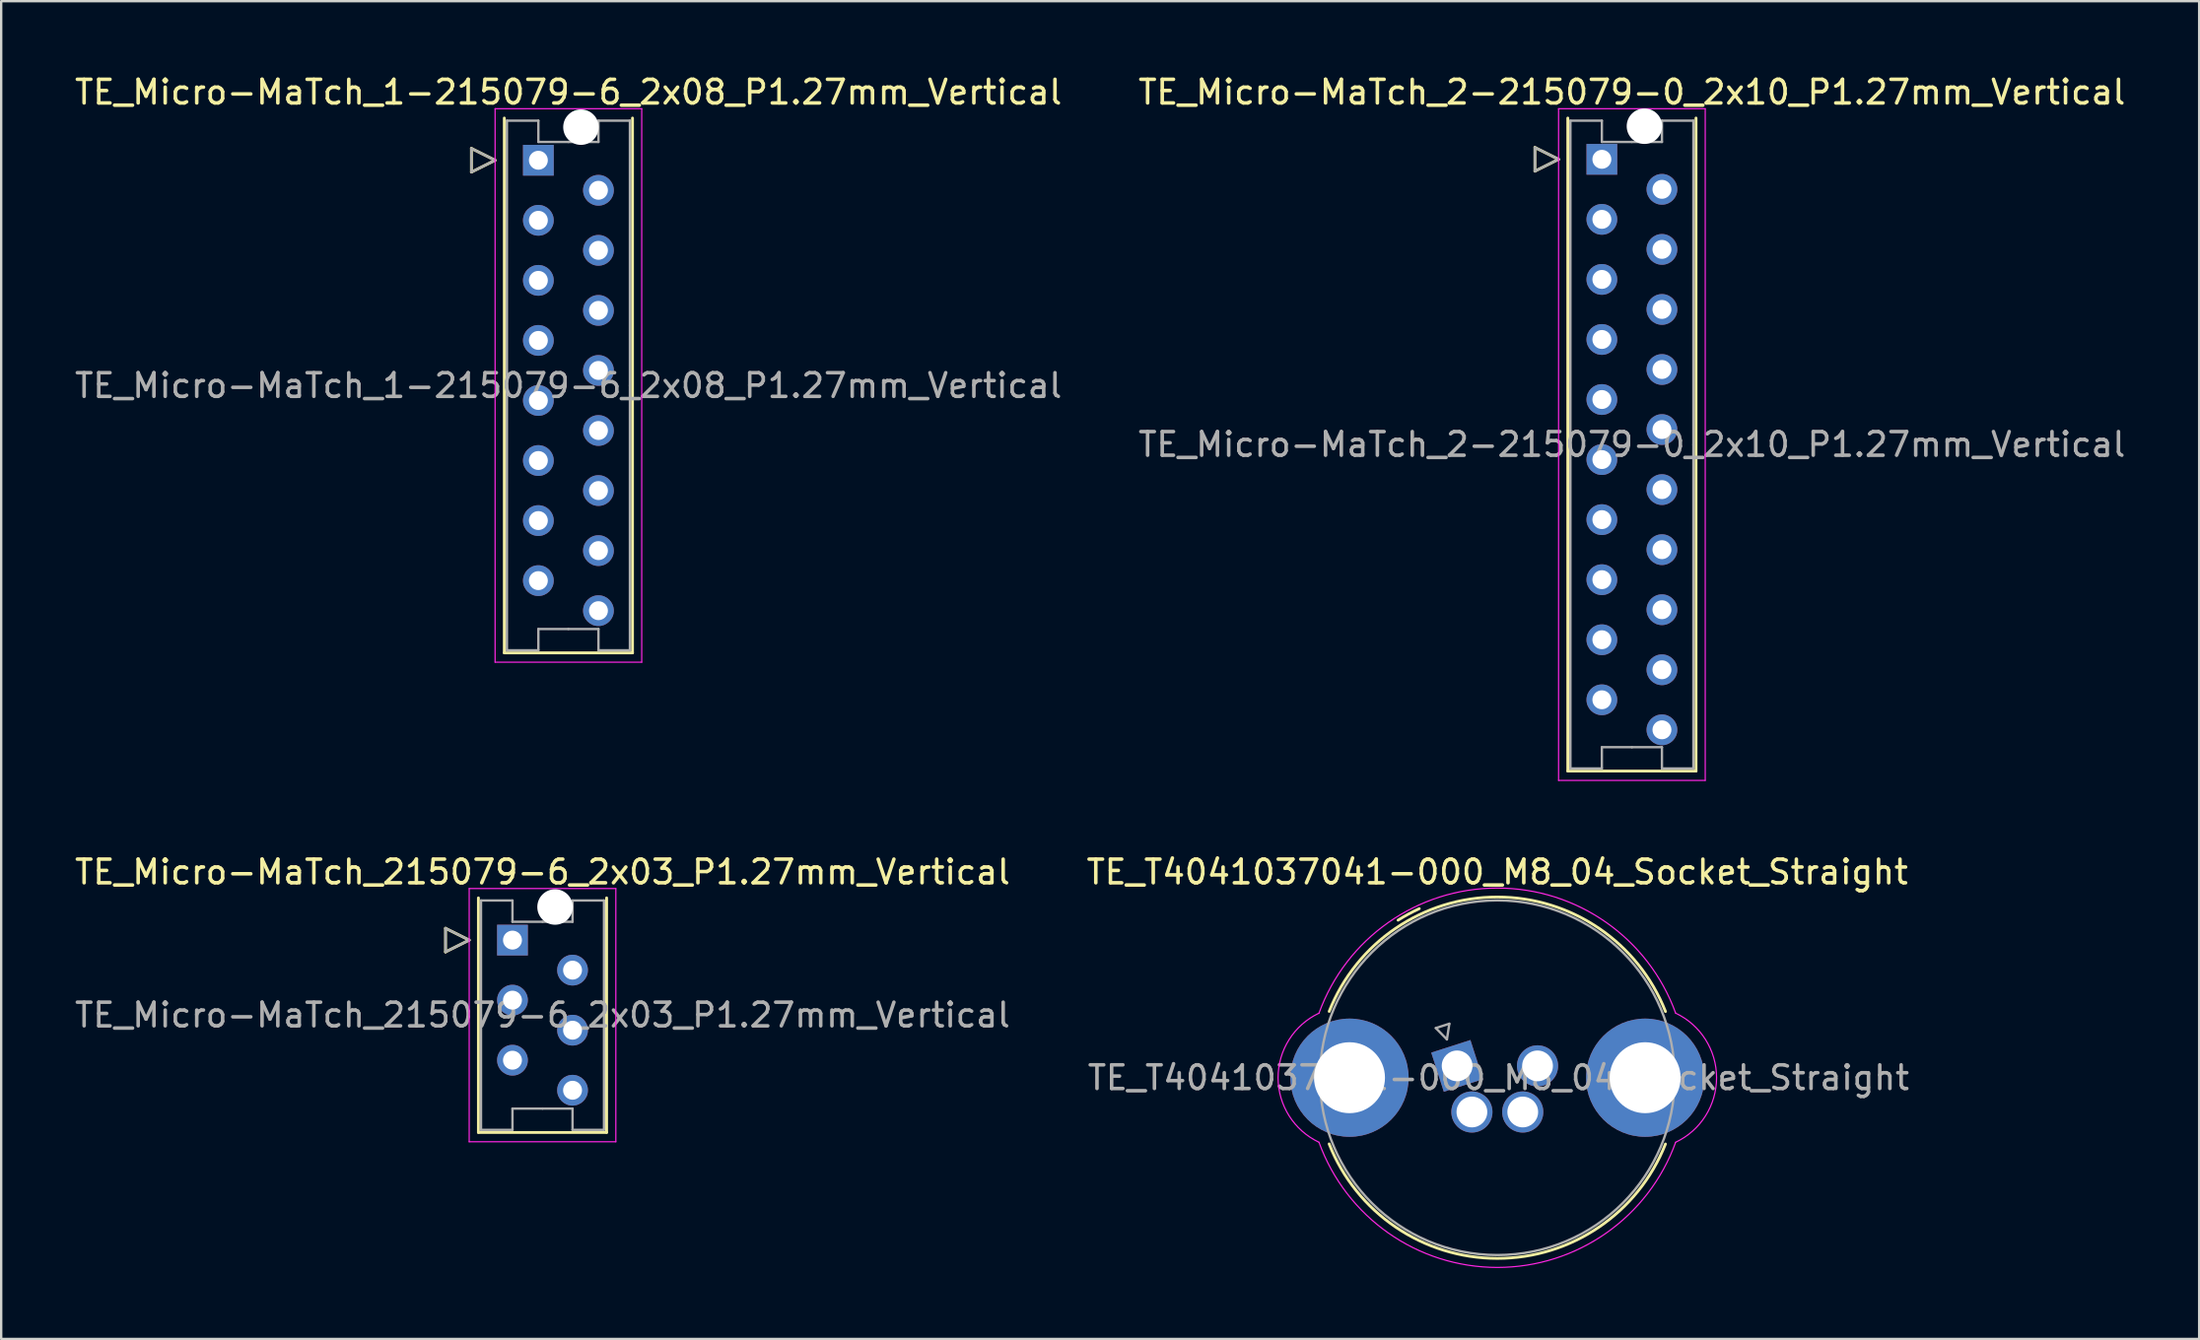
<source format=kicad_pcb>
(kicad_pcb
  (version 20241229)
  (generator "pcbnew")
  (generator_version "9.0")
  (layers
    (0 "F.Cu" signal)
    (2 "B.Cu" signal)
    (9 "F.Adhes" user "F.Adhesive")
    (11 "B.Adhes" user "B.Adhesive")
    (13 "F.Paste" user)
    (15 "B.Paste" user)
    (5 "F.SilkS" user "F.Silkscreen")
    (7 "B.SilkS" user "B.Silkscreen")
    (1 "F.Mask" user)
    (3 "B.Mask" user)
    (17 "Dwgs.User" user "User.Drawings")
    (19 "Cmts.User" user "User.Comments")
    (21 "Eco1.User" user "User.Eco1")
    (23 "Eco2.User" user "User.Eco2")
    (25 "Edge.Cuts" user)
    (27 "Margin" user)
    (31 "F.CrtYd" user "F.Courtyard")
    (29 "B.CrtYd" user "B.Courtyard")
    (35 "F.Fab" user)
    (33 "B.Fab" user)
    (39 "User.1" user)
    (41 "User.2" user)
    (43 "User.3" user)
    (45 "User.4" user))
  (footprint "TE_Micro-MaTch_215079-6_2x03_P1.27mm_Vertical"
    (layer "F.Cu")
    (at 18.617 36.712)
    (property "Reference" "TE_Micro-MaTch_215079-6_2x03_P1.27mm_Vertical" (at 1.27 -2.88 0) (layer "F.SilkS") (effects (font (size 1 1) (thickness 0.15))))
    (attr through_hole)
    (fp_line (start -2.83 -0.5) (end -1.83 0) (stroke (width 0.12) (type solid)) (layer "F.SilkS"))
    (fp_line (start -2.83 0.5) (end -2.83 -0.5) (stroke (width 0.12) (type solid)) (layer "F.SilkS"))
    (fp_line (start -1.83 0) (end -2.83 0.5) (stroke (width 0.12) (type solid)) (layer "F.SilkS"))
    (fp_line (start -1.44 -1.785) (end -1.44 8.135) (stroke (width 0.12) (type solid)) (layer "F.SilkS"))
    (fp_line (start -1.44 8.135) (end 3.98 8.135) (stroke (width 0.12) (type solid)) (layer "F.SilkS"))
    (fp_line (start 3.98 8.135) (end 3.98 -1.785) (stroke (width 0.12) (type solid)) (layer "F.SilkS"))
    (fp_line (start -1.83 -2.18) (end -1.83 8.53) (stroke (width 0.05) (type solid)) (layer "F.CrtYd"))
    (fp_line (start -1.83 8.53) (end 4.37 8.53) (stroke (width 0.05) (type solid)) (layer "F.CrtYd"))
    (fp_line (start 4.37 -2.18) (end -1.83 -2.18) (stroke (width 0.05) (type solid)) (layer "F.CrtYd"))
    (fp_line (start 4.37 8.53) (end 4.37 -2.18) (stroke (width 0.05) (type solid)) (layer "F.CrtYd"))
    (fp_line (start -2.83 -0.5) (end -1.83 0) (stroke (width 0.1) (type solid)) (layer "F.Fab"))
    (fp_line (start -2.83 0.5) (end -2.83 -0.5) (stroke (width 0.1) (type solid)) (layer "F.Fab"))
    (fp_line (start -1.83 0) (end -2.83 0.5) (stroke (width 0.1) (type solid)) (layer "F.Fab"))
    (fp_line (start -1.33 -1.675) (end -1.33 3.175) (stroke (width 0.1) (type solid)) (layer "F.Fab"))
    (fp_line (start -1.33 8.025) (end -1.33 3.175) (stroke (width 0.1) (type solid)) (layer "F.Fab"))
    (fp_line (start 0 -1.675) (end -1.33 -1.675) (stroke (width 0.1) (type solid)) (layer "F.Fab"))
    (fp_line (start 0 -0.775) (end 0 -1.675) (stroke (width 0.1) (type solid)) (layer "F.Fab"))
    (fp_line (start 0 7.125) (end 0 8.025) (stroke (width 0.1) (type solid)) (layer "F.Fab"))
    (fp_line (start 0 8.025) (end -1.33 8.025) (stroke (width 0.1) (type solid)) (layer "F.Fab"))
    (fp_line (start 1.27 -0.775) (end 0 -0.775) (stroke (width 0.1) (type solid)) (layer "F.Fab"))
    (fp_line (start 1.27 -0.775) (end 2.54 -0.775) (stroke (width 0.1) (type solid)) (layer "F.Fab"))
    (fp_line (start 1.27 7.125) (end 0 7.125) (stroke (width 0.1) (type solid)) (layer "F.Fab"))
    (fp_line (start 1.27 7.125) (end 2.54 7.125) (stroke (width 0.1) (type solid)) (layer "F.Fab"))
    (fp_line (start 2.54 -1.675) (end 3.87 -1.675) (stroke (width 0.1) (type solid)) (layer "F.Fab"))
    (fp_line (start 2.54 -0.775) (end 2.54 -1.675) (stroke (width 0.1) (type solid)) (layer "F.Fab"))
    (fp_line (start 2.54 7.125) (end 2.54 8.025) (stroke (width 0.1) (type solid)) (layer "F.Fab"))
    (fp_line (start 2.54 8.025) (end 3.87 8.025) (stroke (width 0.1) (type solid)) (layer "F.Fab"))
    (fp_line (start 3.87 -1.675) (end 3.87 3.175) (stroke (width 0.1) (type solid)) (layer "F.Fab"))
    (fp_line (start 3.87 8.025) (end 3.87 3.175) (stroke (width 0.1) (type solid)) (layer "F.Fab"))
    (fp_text user "${REFERENCE}" (at 1.27 3.17 0) (layer "F.Fab") (effects (font (size 1 1) (thickness 0.15))))
    (pad "" np_thru_hole circle (at 1.8 -1.4) (size 1.5 1.5) (drill 1.5) (layers "*.Cu" "*.Mask"))
    (pad "1" thru_hole rect (at 0 0) (size 1.3 1.3) (drill 0.8) (layers "*.Cu" "*.Mask"))
    (pad "2" thru_hole circle (at 2.54 1.27) (size 1.3 1.3) (drill 0.8) (layers "*.Cu" "*.Mask"))
    (pad "3" thru_hole circle (at 0 2.54) (size 1.3 1.3) (drill 0.8) (layers "*.Cu" "*.Mask"))
    (pad "4" thru_hole circle (at 2.54 3.81) (size 1.3 1.3) (drill 0.8) (layers "*.Cu" "*.Mask"))
    (pad "5" thru_hole circle (at 0 5.08) (size 1.3 1.3) (drill 0.8) (layers "*.Cu" "*.Mask"))
    (pad "6" thru_hole circle (at 2.54 6.35) (size 1.3 1.3) (drill 0.8) (layers "*.Cu" "*.Mask")))
  (footprint "TE_Micro-MaTch_1-215079-6_2x08_P1.27mm_Vertical"
    (layer "F.Cu")
    (at 19.712 3.728)
    (property "Reference" "TE_Micro-MaTch_1-215079-6_2x08_P1.27mm_Vertical" (at 1.27 -2.88 0) (layer "F.SilkS") (effects (font (size 1 1) (thickness 0.15))))
    (attr through_hole)
    (fp_line (start -2.83 -0.5) (end -1.83 0) (stroke (width 0.12) (type solid)) (layer "F.SilkS"))
    (fp_line (start -2.83 0.5) (end -2.83 -0.5) (stroke (width 0.12) (type solid)) (layer "F.SilkS"))
    (fp_line (start -1.83 0) (end -2.83 0.5) (stroke (width 0.12) (type solid)) (layer "F.SilkS"))
    (fp_line (start -1.44 -1.785) (end -1.44 20.835) (stroke (width 0.12) (type solid)) (layer "F.SilkS"))
    (fp_line (start -1.44 20.835) (end 3.98 20.835) (stroke (width 0.12) (type solid)) (layer "F.SilkS"))
    (fp_line (start 3.98 20.835) (end 3.98 -1.785) (stroke (width 0.12) (type solid)) (layer "F.SilkS"))
    (fp_line (start -1.83 -2.18) (end -1.83 21.23) (stroke (width 0.05) (type solid)) (layer "F.CrtYd"))
    (fp_line (start -1.83 21.23) (end 4.37 21.23) (stroke (width 0.05) (type solid)) (layer "F.CrtYd"))
    (fp_line (start 4.37 -2.18) (end -1.83 -2.18) (stroke (width 0.05) (type solid)) (layer "F.CrtYd"))
    (fp_line (start 4.37 21.23) (end 4.37 -2.18) (stroke (width 0.05) (type solid)) (layer "F.CrtYd"))
    (fp_line (start -2.83 -0.5) (end -1.83 0) (stroke (width 0.1) (type solid)) (layer "F.Fab"))
    (fp_line (start -2.83 0.5) (end -2.83 -0.5) (stroke (width 0.1) (type solid)) (layer "F.Fab"))
    (fp_line (start -1.83 0) (end -2.83 0.5) (stroke (width 0.1) (type solid)) (layer "F.Fab"))
    (fp_line (start -1.33 -1.675) (end -1.33 9.525) (stroke (width 0.1) (type solid)) (layer "F.Fab"))
    (fp_line (start -1.33 20.725) (end -1.33 9.525) (stroke (width 0.1) (type solid)) (layer "F.Fab"))
    (fp_line (start 0 -1.675) (end -1.33 -1.675) (stroke (width 0.1) (type solid)) (layer "F.Fab"))
    (fp_line (start 0 -0.775) (end 0 -1.675) (stroke (width 0.1) (type solid)) (layer "F.Fab"))
    (fp_line (start 0 19.825) (end 0 20.725) (stroke (width 0.1) (type solid)) (layer "F.Fab"))
    (fp_line (start 0 20.725) (end -1.33 20.725) (stroke (width 0.1) (type solid)) (layer "F.Fab"))
    (fp_line (start 1.27 -0.775) (end 0 -0.775) (stroke (width 0.1) (type solid)) (layer "F.Fab"))
    (fp_line (start 1.27 -0.775) (end 2.54 -0.775) (stroke (width 0.1) (type solid)) (layer "F.Fab"))
    (fp_line (start 1.27 19.825) (end 0 19.825) (stroke (width 0.1) (type solid)) (layer "F.Fab"))
    (fp_line (start 1.27 19.825) (end 2.54 19.825) (stroke (width 0.1) (type solid)) (layer "F.Fab"))
    (fp_line (start 2.54 -1.675) (end 3.87 -1.675) (stroke (width 0.1) (type solid)) (layer "F.Fab"))
    (fp_line (start 2.54 -0.775) (end 2.54 -1.675) (stroke (width 0.1) (type solid)) (layer "F.Fab"))
    (fp_line (start 2.54 19.825) (end 2.54 20.725) (stroke (width 0.1) (type solid)) (layer "F.Fab"))
    (fp_line (start 2.54 20.725) (end 3.87 20.725) (stroke (width 0.1) (type solid)) (layer "F.Fab"))
    (fp_line (start 3.87 -1.675) (end 3.87 9.525) (stroke (width 0.1) (type solid)) (layer "F.Fab"))
    (fp_line (start 3.87 20.725) (end 3.87 9.525) (stroke (width 0.1) (type solid)) (layer "F.Fab"))
    (fp_text user "${REFERENCE}" (at 1.27 9.53 0) (layer "F.Fab") (effects (font (size 1 1) (thickness 0.15))))
    (pad "" np_thru_hole circle (at 1.8 -1.4) (size 1.5 1.5) (drill 1.5) (layers "*.Cu" "*.Mask"))
    (pad "1" thru_hole rect (at 0 0) (size 1.3 1.3) (drill 0.8) (layers "*.Cu" "*.Mask"))
    (pad "2" thru_hole circle (at 2.54 1.27) (size 1.3 1.3) (drill 0.8) (layers "*.Cu" "*.Mask"))
    (pad "3" thru_hole circle (at 0 2.54) (size 1.3 1.3) (drill 0.8) (layers "*.Cu" "*.Mask"))
    (pad "4" thru_hole circle (at 2.54 3.81) (size 1.3 1.3) (drill 0.8) (layers "*.Cu" "*.Mask"))
    (pad "5" thru_hole circle (at 0 5.08) (size 1.3 1.3) (drill 0.8) (layers "*.Cu" "*.Mask"))
    (pad "6" thru_hole circle (at 2.54 6.35) (size 1.3 1.3) (drill 0.8) (layers "*.Cu" "*.Mask"))
    (pad "7" thru_hole circle (at 0 7.62) (size 1.3 1.3) (drill 0.8) (layers "*.Cu" "*.Mask"))
    (pad "8" thru_hole circle (at 2.54 8.89) (size 1.3 1.3) (drill 0.8) (layers "*.Cu" "*.Mask"))
    (pad "9" thru_hole circle (at 0 10.16) (size 1.3 1.3) (drill 0.8) (layers "*.Cu" "*.Mask"))
    (pad "10" thru_hole circle (at 2.54 11.43) (size 1.3 1.3) (drill 0.8) (layers "*.Cu" "*.Mask"))
    (pad "11" thru_hole circle (at 0 12.7) (size 1.3 1.3) (drill 0.8) (layers "*.Cu" "*.Mask"))
    (pad "12" thru_hole circle (at 2.54 13.97) (size 1.3 1.3) (drill 0.8) (layers "*.Cu" "*.Mask"))
    (pad "13" thru_hole circle (at 0 15.24) (size 1.3 1.3) (drill 0.8) (layers "*.Cu" "*.Mask"))
    (pad "14" thru_hole circle (at 2.54 16.51) (size 1.3 1.3) (drill 0.8) (layers "*.Cu" "*.Mask"))
    (pad "15" thru_hole circle (at 0 17.78) (size 1.3 1.3) (drill 0.8) (layers "*.Cu" "*.Mask"))
    (pad "16" thru_hole circle (at 2.54 19.05) (size 1.3 1.3) (drill 0.8) (layers "*.Cu" "*.Mask")))
  (footprint "TE_Micro-MaTch_2-215079-0_2x10_P1.27mm_Vertical"
    (layer "F.Cu")
    (at 64.676 3.688)
    (property "Reference" "TE_Micro-MaTch_2-215079-0_2x10_P1.27mm_Vertical" (at 1.27 -2.84 0) (layer "F.SilkS") (effects (font (size 1 1) (thickness 0.15))))
    (attr through_hole)
    (fp_line (start -2.83 -0.5) (end -1.83 0) (stroke (width 0.12) (type solid)) (layer "F.SilkS"))
    (fp_line (start -2.83 0.5) (end -2.83 -0.5) (stroke (width 0.12) (type solid)) (layer "F.SilkS"))
    (fp_line (start -1.83 0) (end -2.83 0.5) (stroke (width 0.12) (type solid)) (layer "F.SilkS"))
    (fp_line (start -1.44 -1.745) (end -1.44 25.875) (stroke (width 0.12) (type solid)) (layer "F.SilkS"))
    (fp_line (start -1.44 25.875) (end 3.98 25.875) (stroke (width 0.12) (type solid)) (layer "F.SilkS"))
    (fp_line (start 3.98 25.875) (end 3.98 -1.745) (stroke (width 0.12) (type solid)) (layer "F.SilkS"))
    (fp_line (start -1.83 -2.14) (end -1.83 26.27) (stroke (width 0.05) (type solid)) (layer "F.CrtYd"))
    (fp_line (start -1.83 26.27) (end 4.37 26.27) (stroke (width 0.05) (type solid)) (layer "F.CrtYd"))
    (fp_line (start 4.37 -2.14) (end -1.83 -2.14) (stroke (width 0.05) (type solid)) (layer "F.CrtYd"))
    (fp_line (start 4.37 26.27) (end 4.37 -2.14) (stroke (width 0.05) (type solid)) (layer "F.CrtYd"))
    (fp_line (start -2.83 -0.5) (end -1.83 0) (stroke (width 0.1) (type solid)) (layer "F.Fab"))
    (fp_line (start -2.83 0.5) (end -2.83 -0.5) (stroke (width 0.1) (type solid)) (layer "F.Fab"))
    (fp_line (start -1.83 0) (end -2.83 0.5) (stroke (width 0.1) (type solid)) (layer "F.Fab"))
    (fp_line (start -1.33 -1.635) (end -1.33 12.065) (stroke (width 0.1) (type solid)) (layer "F.Fab"))
    (fp_line (start -1.33 25.765) (end -1.33 12.065) (stroke (width 0.1) (type solid)) (layer "F.Fab"))
    (fp_line (start 0 -1.635) (end -1.33 -1.635) (stroke (width 0.1) (type solid)) (layer "F.Fab"))
    (fp_line (start 0 -0.735) (end 0 -1.635) (stroke (width 0.1) (type solid)) (layer "F.Fab"))
    (fp_line (start 0 24.865) (end 0 25.765) (stroke (width 0.1) (type solid)) (layer "F.Fab"))
    (fp_line (start 0 25.765) (end -1.33 25.765) (stroke (width 0.1) (type solid)) (layer "F.Fab"))
    (fp_line (start 1.27 -0.735) (end 0 -0.735) (stroke (width 0.1) (type solid)) (layer "F.Fab"))
    (fp_line (start 1.27 -0.735) (end 2.54 -0.735) (stroke (width 0.1) (type solid)) (layer "F.Fab"))
    (fp_line (start 1.27 24.865) (end 0 24.865) (stroke (width 0.1) (type solid)) (layer "F.Fab"))
    (fp_line (start 1.27 24.865) (end 2.54 24.865) (stroke (width 0.1) (type solid)) (layer "F.Fab"))
    (fp_line (start 2.54 -1.635) (end 3.87 -1.635) (stroke (width 0.1) (type solid)) (layer "F.Fab"))
    (fp_line (start 2.54 -0.735) (end 2.54 -1.635) (stroke (width 0.1) (type solid)) (layer "F.Fab"))
    (fp_line (start 2.54 24.865) (end 2.54 25.765) (stroke (width 0.1) (type solid)) (layer "F.Fab"))
    (fp_line (start 2.54 25.765) (end 3.87 25.765) (stroke (width 0.1) (type solid)) (layer "F.Fab"))
    (fp_line (start 3.87 -1.635) (end 3.87 12.065) (stroke (width 0.1) (type solid)) (layer "F.Fab"))
    (fp_line (start 3.87 25.765) (end 3.87 12.065) (stroke (width 0.1) (type solid)) (layer "F.Fab"))
    (fp_text user "${REFERENCE}" (at 1.27 12.06 0) (layer "F.Fab") (effects (font (size 1 1) (thickness 0.15))))
    (pad "" np_thru_hole circle (at 1.8 -1.4) (size 1.5 1.5) (drill 1.5) (layers "*.Cu" "*.Mask"))
    (pad "1" thru_hole rect (at 0 0) (size 1.3 1.3) (drill 0.8) (layers "*.Cu" "*.Mask"))
    (pad "2" thru_hole circle (at 2.54 1.27) (size 1.3 1.3) (drill 0.8) (layers "*.Cu" "*.Mask"))
    (pad "3" thru_hole circle (at 0 2.54) (size 1.3 1.3) (drill 0.8) (layers "*.Cu" "*.Mask"))
    (pad "4" thru_hole circle (at 2.54 3.81) (size 1.3 1.3) (drill 0.8) (layers "*.Cu" "*.Mask"))
    (pad "5" thru_hole circle (at 0 5.08) (size 1.3 1.3) (drill 0.8) (layers "*.Cu" "*.Mask"))
    (pad "6" thru_hole circle (at 2.54 6.35) (size 1.3 1.3) (drill 0.8) (layers "*.Cu" "*.Mask"))
    (pad "7" thru_hole circle (at 0 7.62) (size 1.3 1.3) (drill 0.8) (layers "*.Cu" "*.Mask"))
    (pad "8" thru_hole circle (at 2.54 8.89) (size 1.3 1.3) (drill 0.8) (layers "*.Cu" "*.Mask"))
    (pad "9" thru_hole circle (at 0 10.16) (size 1.3 1.3) (drill 0.8) (layers "*.Cu" "*.Mask"))
    (pad "10" thru_hole circle (at 2.54 11.43) (size 1.3 1.3) (drill 0.8) (layers "*.Cu" "*.Mask"))
    (pad "11" thru_hole circle (at 0 12.7) (size 1.3 1.3) (drill 0.8) (layers "*.Cu" "*.Mask"))
    (pad "12" thru_hole circle (at 2.54 13.97) (size 1.3 1.3) (drill 0.8) (layers "*.Cu" "*.Mask"))
    (pad "13" thru_hole circle (at 0 15.24) (size 1.3 1.3) (drill 0.8) (layers "*.Cu" "*.Mask"))
    (pad "14" thru_hole circle (at 2.54 16.51) (size 1.3 1.3) (drill 0.8) (layers "*.Cu" "*.Mask"))
    (pad "15" thru_hole circle (at 0 17.78) (size 1.3 1.3) (drill 0.8) (layers "*.Cu" "*.Mask"))
    (pad "16" thru_hole circle (at 2.54 19.05) (size 1.3 1.3) (drill 0.8) (layers "*.Cu" "*.Mask"))
    (pad "17" thru_hole circle (at 0 20.32) (size 1.3 1.3) (drill 0.8) (layers "*.Cu" "*.Mask"))
    (pad "18" thru_hole circle (at 2.54 21.59) (size 1.3 1.3) (drill 0.8) (layers "*.Cu" "*.Mask"))
    (pad "19" thru_hole circle (at 0 22.86) (size 1.3 1.3) (drill 0.8) (layers "*.Cu" "*.Mask"))
    (pad "20" thru_hole circle (at 2.54 24.13) (size 1.3 1.3) (drill 0.8) (layers "*.Cu" "*.Mask")))
  (footprint "TE_T4041037041-000_M8_04_Socket_Straight"
    (layer "F.Cu")
    (at 58.556 42.032)
    (property "Reference" "TE_T4041037041-000_M8_04_Socket_Straight" (at 1.7 -8.2 0) (layer "F.SilkS") (effects (font (size 1 1) (thickness 0.15))))
    (attr through_hole)
    (fp_arc (start -5.408655 -2.303412) (mid 1.701834 -7.141472) (end 8.81 -2.3) (stroke (width 0.12) (type default)) (layer "F.SilkS"))
    (fp_arc (start -2.496063 -6.163748) (mid -2.055909 -6.421389) (end -1.6 -6.649999) (stroke (width 0.12) (type default)) (layer "F.SilkS"))
    (fp_arc (start 8.808655 3.303413) (mid 1.698166 8.141472) (end -5.41 3.3) (stroke (width 0.12) (type default)) (layer "F.SilkS"))
    (fp_arc (start -5.84 -2.23) (mid 1.7 -7.521096) (end 9.24 -2.23) (stroke (width 0.05) (type default)) (layer "F.CrtYd"))
    (fp_arc (start -5.84 3.23) (mid -7.569436 0.5) (end -5.84 -2.23) (stroke (width 0.05) (type default)) (layer "F.CrtYd"))
    (fp_arc (start 9.24 -2.23) (mid 10.969437 0.5) (end 9.24 3.23) (stroke (width 0.05) (type default)) (layer "F.CrtYd"))
    (fp_arc (start 9.24 3.23) (mid 1.7 8.524521) (end -5.84 3.23) (stroke (width 0.05) (type default)) (layer "F.CrtYd"))
    (fp_line (start -0.9 -1.6) (end -0.431 -1.12) (stroke (width 0.1) (type solid)) (layer "F.Fab"))
    (fp_line (start -0.431 -1.12) (end -0.329 -1.783) (stroke (width 0.1) (type solid)) (layer "F.Fab"))
    (fp_line (start -0.329 -1.783) (end -0.9 -1.6) (stroke (width 0.1) (type solid)) (layer "F.Fab"))
    (fp_circle (center 1.7 0.5) (end 9.2 0.5) (stroke (width 0.1) (type default)) (fill no) (layer "F.Fab"))
    (fp_text user "${REFERENCE}" (at 1.75 0.5 0) (layer "F.Fab") (effects (font (size 1 1) (thickness 0.15))))
    (pad "1" thru_hole rect (at 0 0 17.8) (size 1.74 1.74) (drill 1.3) (layers "*.Cu" "*.Mask"))
    (pad "2" thru_hole circle (at 0.625 1.95 180) (size 1.74 1.74) (drill 1.3) (layers "*.Cu" "*.Mask"))
    (pad "3" thru_hole circle (at 3.4 0 180) (size 1.74 1.74) (drill 1.3) (layers "*.Cu" "*.Mask"))
    (pad "4" thru_hole circle (at 2.775 1.95 180) (size 1.74 1.74) (drill 1.3) (layers "*.Cu" "*.Mask"))
    (pad "SH" thru_hole circle (at -4.55 0.5 180) (size 5 5) (drill 3) (layers "*.Cu" "*.Mask"))
    (pad "SH" thru_hole circle (at 7.95 0.5 180) (size 5 5) (drill 3) (layers "*.Cu" "*.Mask")))
  (gr_rect
    (start -3 -3)
    (end 89.929 53.581)
    (stroke (width 0.1) (type default))
    (fill no)
    (layer "Edge.Cuts")))
</source>
